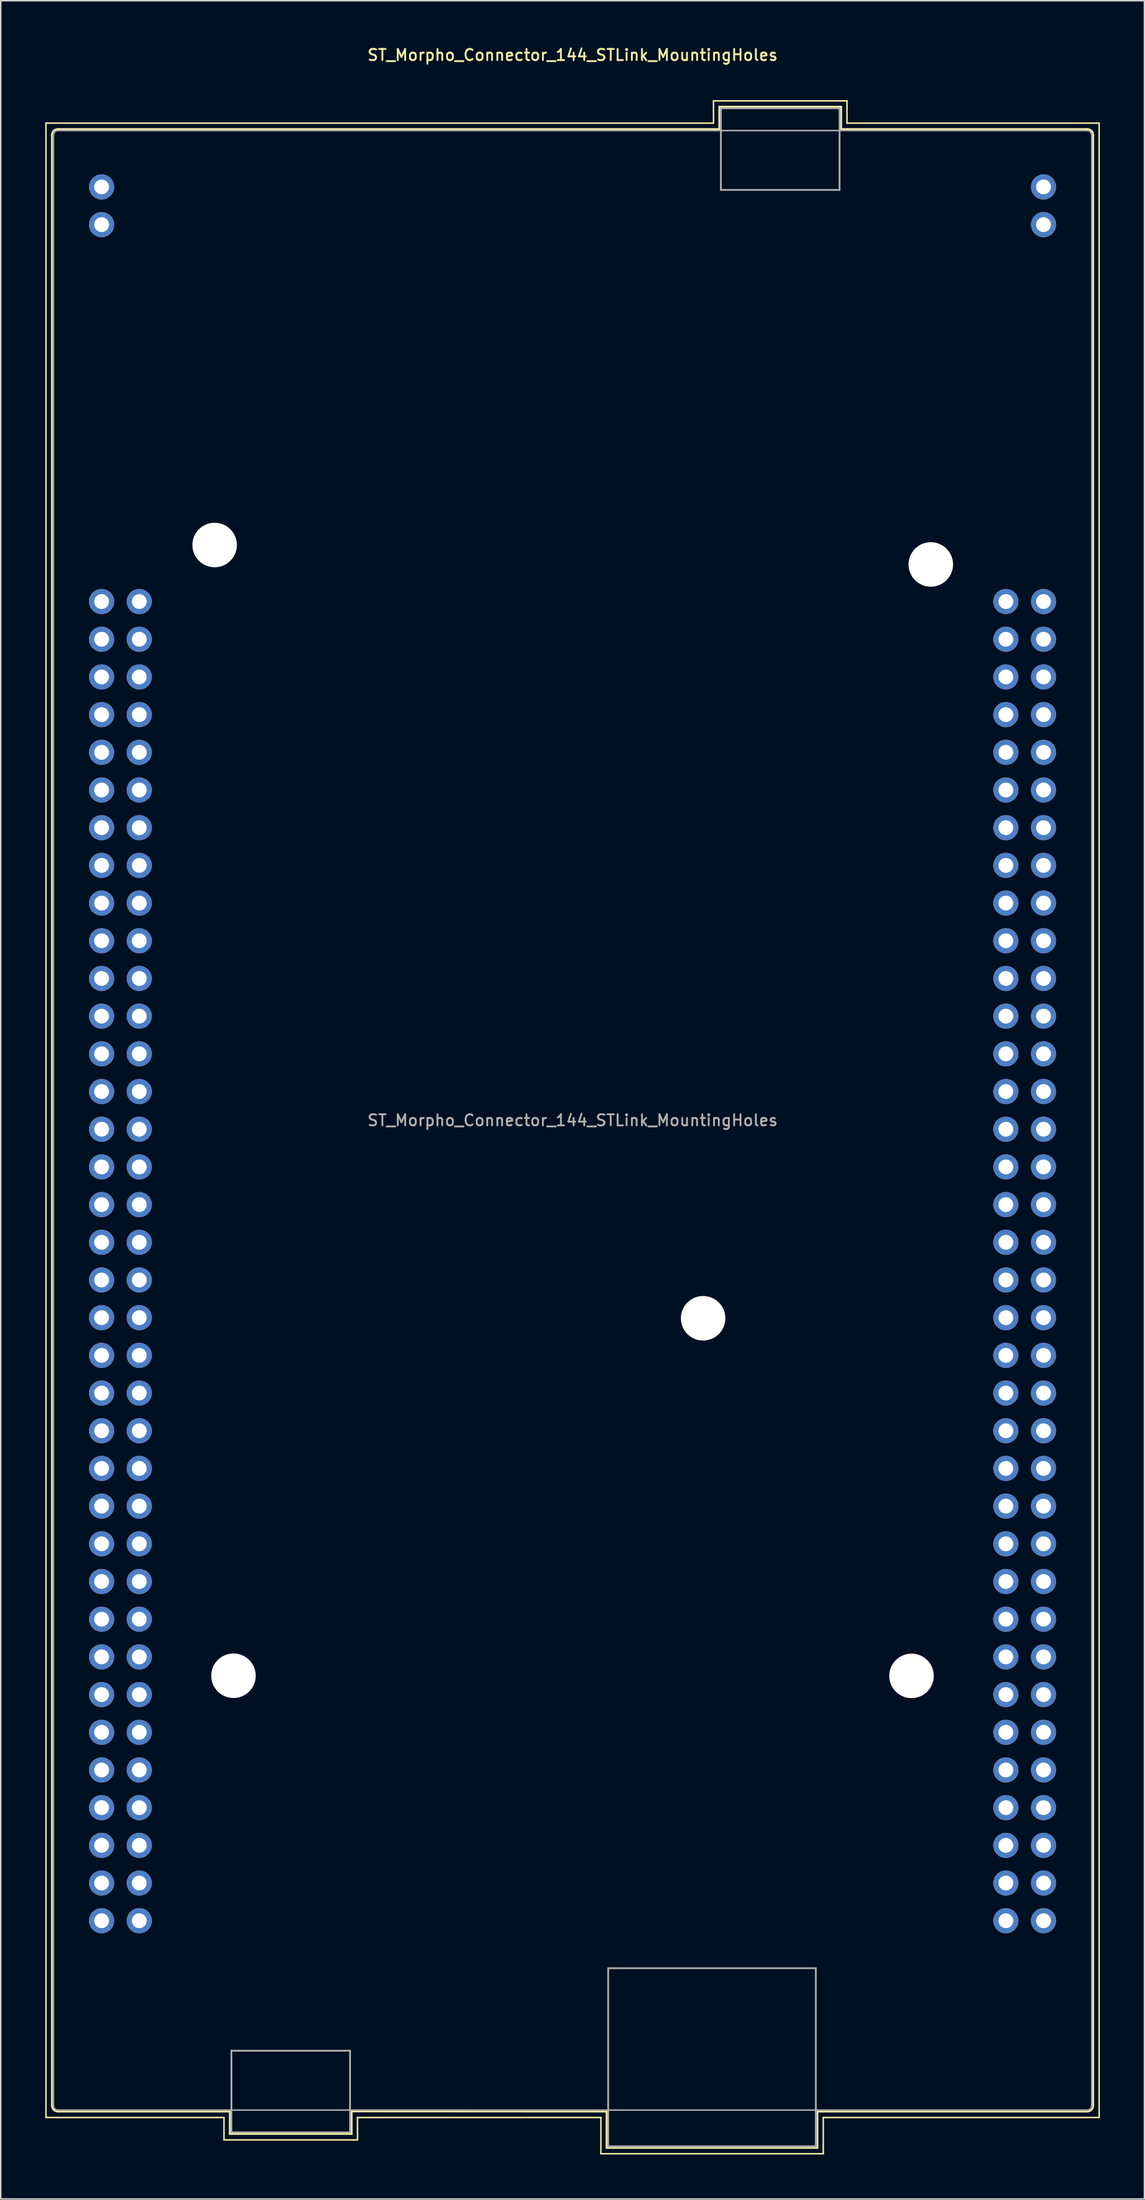
<source format=kicad_pcb>
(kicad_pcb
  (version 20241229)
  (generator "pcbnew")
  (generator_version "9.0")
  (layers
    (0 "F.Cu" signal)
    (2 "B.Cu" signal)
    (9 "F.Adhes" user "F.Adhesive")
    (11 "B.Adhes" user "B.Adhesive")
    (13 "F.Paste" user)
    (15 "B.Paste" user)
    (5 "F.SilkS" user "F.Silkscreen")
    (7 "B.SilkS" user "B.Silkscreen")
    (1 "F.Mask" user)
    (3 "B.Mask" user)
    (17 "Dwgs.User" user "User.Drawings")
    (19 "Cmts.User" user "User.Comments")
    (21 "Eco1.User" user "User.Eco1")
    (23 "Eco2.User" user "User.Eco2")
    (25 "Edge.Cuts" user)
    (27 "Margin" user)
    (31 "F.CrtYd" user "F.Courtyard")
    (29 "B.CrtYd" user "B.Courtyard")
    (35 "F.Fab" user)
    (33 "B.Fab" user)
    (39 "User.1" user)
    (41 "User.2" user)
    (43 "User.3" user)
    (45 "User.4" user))
  (footprint "ST_Morpho_Connector_144_STLink_MountingHoles"
    (layer "F.Cu")
    (at 3.8 37.488)
    (property "Reference" "ST_Morpho_Connector_144_STLink_MountingHoles" (at 31.75 -36.83 0) (layer "F.SilkS") (effects (font (size 0.75 0.75) (thickness 0.125))))
    (attr through_hole)
    (fp_line (start -3.75 -32.24) (end -3.75 102.16) (stroke (width 0.1) (type solid)) (layer "F.SilkS"))
    (fp_line (start -3.75 102.16) (end 8.25 102.16) (stroke (width 0.1) (type solid)) (layer "F.SilkS"))
    (fp_line (start -3.35 -31.44) (end -3.35 101.36) (stroke (width 0.12) (type solid)) (layer "F.SilkS"))
    (fp_line (start 8.25 102.16) (end 8.25 103.67) (stroke (width 0.1) (type solid)) (layer "F.SilkS"))
    (fp_line (start 8.25 103.67) (end 17.25 103.67) (stroke (width 0.1) (type solid)) (layer "F.SilkS"))
    (fp_line (start 8.64 101.76) (end -2.95 101.76) (stroke (width 0.12) (type solid)) (layer "F.SilkS"))
    (fp_line (start 8.64 101.76) (end 8.64 103.27) (stroke (width 0.12) (type solid)) (layer "F.SilkS"))
    (fp_line (start 8.64 103.27) (end 16.86 103.27) (stroke (width 0.12) (type solid)) (layer "F.SilkS"))
    (fp_line (start 16.86 103.27) (end 16.86 101.75) (stroke (width 0.12) (type solid)) (layer "F.SilkS"))
    (fp_line (start 17.25 102.16) (end 17.25 103.67) (stroke (width 0.1) (type solid)) (layer "F.SilkS"))
    (fp_line (start 17.25 102.16) (end 33.66 102.16) (stroke (width 0.1) (type solid)) (layer "F.SilkS"))
    (fp_line (start 33.66 104.6) (end 33.66 102.16) (stroke (width 0.1) (type solid)) (layer "F.SilkS"))
    (fp_line (start 33.66 104.6) (end 48.65 104.6) (stroke (width 0.1) (type solid)) (layer "F.SilkS"))
    (fp_line (start 34.04 101.76) (end 16.86 101.75) (stroke (width 0.12) (type solid)) (layer "F.SilkS"))
    (fp_line (start 34.04 104.21) (end 34.04 101.76) (stroke (width 0.12) (type solid)) (layer "F.SilkS"))
    (fp_line (start 41.25 -33.74) (end 50.25 -33.74) (stroke (width 0.1) (type solid)) (layer "F.SilkS"))
    (fp_line (start 41.25 -32.24) (end -3.75 -32.24) (stroke (width 0.1) (type solid)) (layer "F.SilkS"))
    (fp_line (start 41.25 -32.24) (end 41.25 -33.74) (stroke (width 0.1) (type solid)) (layer "F.SilkS"))
    (fp_line (start 41.64 -33.35) (end 49.86 -33.35) (stroke (width 0.12) (type solid)) (layer "F.SilkS"))
    (fp_line (start 41.64 -31.84) (end -2.95 -31.84) (stroke (width 0.12) (type solid)) (layer "F.SilkS"))
    (fp_line (start 41.64 -31.84) (end 41.64 -33.35) (stroke (width 0.12) (type solid)) (layer "F.SilkS"))
    (fp_line (start 48.26 101.76) (end 48.26 104.21) (stroke (width 0.12) (type solid)) (layer "F.SilkS"))
    (fp_line (start 48.26 101.76) (end 66.45 101.76) (stroke (width 0.12) (type solid)) (layer "F.SilkS"))
    (fp_line (start 48.26 104.21) (end 34.04 104.21) (stroke (width 0.12) (type solid)) (layer "F.SilkS"))
    (fp_line (start 48.65 102.16) (end 48.65 104.6) (stroke (width 0.1) (type solid)) (layer "F.SilkS"))
    (fp_line (start 49.86 -33.35) (end 49.86 -31.84) (stroke (width 0.12) (type solid)) (layer "F.SilkS"))
    (fp_line (start 49.86 -31.84) (end 66.45 -31.84) (stroke (width 0.12) (type solid)) (layer "F.SilkS"))
    (fp_line (start 50.25 -32.24) (end 50.25 -33.74) (stroke (width 0.1) (type solid)) (layer "F.SilkS"))
    (fp_line (start 50.25 -32.24) (end 67.25 -32.24) (stroke (width 0.1) (type solid)) (layer "F.SilkS"))
    (fp_line (start 66.85 101.36) (end 66.85 -31.44) (stroke (width 0.12) (type solid)) (layer "F.SilkS"))
    (fp_line (start 67.25 102.16) (end 48.65 102.16) (stroke (width 0.1) (type solid)) (layer "F.SilkS"))
    (fp_line (start 67.25 102.16) (end 67.25 -32.24) (stroke (width 0.1) (type solid)) (layer "F.SilkS"))
    (fp_arc (start -3.35 -31.44) (mid -3.232843 -31.722843) (end -2.95 -31.84) (stroke (width 0.12) (type solid)) (layer "F.SilkS"))
    (fp_arc (start -2.95 101.76) (mid -3.232843 101.642843) (end -3.35 101.36) (stroke (width 0.12) (type solid)) (layer "F.SilkS"))
    (fp_arc (start 66.45 -31.84) (mid 66.732843 -31.722843) (end 66.85 -31.44) (stroke (width 0.12) (type solid)) (layer "F.SilkS"))
    (fp_arc (start 66.85 101.36) (mid 66.732843 101.642843) (end 66.45 101.76) (stroke (width 0.12) (type solid)) (layer "F.SilkS"))
    (fp_line (start -3.25 101.36) (end -3.25 -31.44) (stroke (width 0.1) (type solid)) (layer "F.Fab"))
    (fp_line (start 8.75 97.66) (end 16.75 97.66) (stroke (width 0.12) (type solid)) (layer "F.Fab"))
    (fp_line (start 8.75 103.16) (end 8.75 97.65) (stroke (width 0.12) (type solid)) (layer "F.Fab"))
    (fp_line (start 8.75 103.16) (end 16.75 103.16) (stroke (width 0.12) (type solid)) (layer "F.Fab"))
    (fp_line (start 16.75 97.66) (end 16.75 103.16) (stroke (width 0.12) (type solid)) (layer "F.Fab"))
    (fp_line (start 34.15 92.1) (end 48.15 92.1) (stroke (width 0.12) (type solid)) (layer "F.Fab"))
    (fp_line (start 34.15 104.1) (end 34.15 92.1) (stroke (width 0.12) (type solid)) (layer "F.Fab"))
    (fp_line (start 34.15 104.1) (end 48.15 104.1) (stroke (width 0.12) (type solid)) (layer "F.Fab"))
    (fp_line (start 41.75 -33.24) (end 49.75 -33.24) (stroke (width 0.12) (type solid)) (layer "F.Fab"))
    (fp_line (start 41.75 -27.74) (end 41.75 -33.24) (stroke (width 0.12) (type solid)) (layer "F.Fab"))
    (fp_line (start 41.75 -27.74) (end 49.75 -27.74) (stroke (width 0.12) (type solid)) (layer "F.Fab"))
    (fp_line (start 48.15 104.1) (end 48.15 92.1) (stroke (width 0.12) (type solid)) (layer "F.Fab"))
    (fp_line (start 49.75 -33.24) (end 49.75 -27.74) (stroke (width 0.12) (type solid)) (layer "F.Fab"))
    (fp_line (start 66.45 -31.74) (end -2.95 -31.74) (stroke (width 0.1) (type solid)) (layer "F.Fab"))
    (fp_line (start 66.45 101.66) (end -2.95 101.66) (stroke (width 0.1) (type solid)) (layer "F.Fab"))
    (fp_line (start 66.75 101.36) (end 66.75 -31.44) (stroke (width 0.1) (type solid)) (layer "F.Fab"))
    (fp_arc (start -3.25 -31.44) (mid -3.162132 -31.652132) (end -2.95 -31.74) (stroke (width 0.1) (type solid)) (layer "F.Fab"))
    (fp_arc (start -2.95 101.66) (mid -3.162132 101.572132) (end -3.25 101.36) (stroke (width 0.1) (type solid)) (layer "F.Fab"))
    (fp_arc (start 66.45 -31.74) (mid 66.662132 -31.652132) (end 66.75 -31.44) (stroke (width 0.1) (type solid)) (layer "F.Fab"))
    (fp_arc (start 66.75 101.36) (mid 66.662132 101.572132) (end 66.45 101.66) (stroke (width 0.1) (type solid)) (layer "F.Fab"))
    (fp_text user "${REFERENCE}" (at 31.75 34.96 0) (layer "F.Fab") (effects (font (size 0.75 0.75) (thickness 0.125))))
    (pad "" np_thru_hole circle (at 7.62 -3.81) (size 3 3) (drill 3) (layers "*.Cu" "*.Mask"))
    (pad "" np_thru_hole circle (at 8.89 72.39) (size 3 3) (drill 3) (layers "*.Cu" "*.Mask"))
    (pad "" np_thru_hole circle (at 40.55 48.3) (size 3 3) (drill 3) (layers "*.Cu" "*.Mask"))
    (pad "" np_thru_hole circle (at 54.6 72.4) (size 3 3) (drill 3) (layers "*.Cu" "*.Mask"))
    (pad "" np_thru_hole circle (at 55.9 -2.5) (size 3 3) (drill 3) (layers "*.Cu" "*.Mask"))
    (pad "1" thru_hole circle (at 0 0) (size 1.7 1.7) (drill 1) (layers "*.Cu" "*.Mask"))
    (pad "2" thru_hole circle (at 2.54 0) (size 1.7 1.7) (drill 1) (layers "*.Cu" "*.Mask"))
    (pad "3" thru_hole circle (at 0 2.54) (size 1.7 1.7) (drill 1) (layers "*.Cu" "*.Mask"))
    (pad "4" thru_hole circle (at 2.54 2.54) (size 1.7 1.7) (drill 1) (layers "*.Cu" "*.Mask"))
    (pad "5" thru_hole circle (at 0 5.08) (size 1.7 1.7) (drill 1) (layers "*.Cu" "*.Mask"))
    (pad "6" thru_hole circle (at 2.54 5.08) (size 1.7 1.7) (drill 1) (layers "*.Cu" "*.Mask"))
    (pad "7" thru_hole circle (at 0 7.62) (size 1.7 1.7) (drill 1) (layers "*.Cu" "*.Mask"))
    (pad "8" thru_hole circle (at 2.54 7.62) (size 1.7 1.7) (drill 1) (layers "*.Cu" "*.Mask"))
    (pad "9" thru_hole circle (at 0 10.16) (size 1.7 1.7) (drill 1) (layers "*.Cu" "*.Mask"))
    (pad "10" thru_hole circle (at 2.54 10.16) (size 1.7 1.7) (drill 1) (layers "*.Cu" "*.Mask"))
    (pad "11" thru_hole circle (at 0 12.7) (size 1.7 1.7) (drill 1) (layers "*.Cu" "*.Mask"))
    (pad "12" thru_hole circle (at 2.54 12.7) (size 1.7 1.7) (drill 1) (layers "*.Cu" "*.Mask"))
    (pad "13" thru_hole circle (at 0 15.24) (size 1.7 1.7) (drill 1) (layers "*.Cu" "*.Mask"))
    (pad "14" thru_hole circle (at 2.54 15.24) (size 1.7 1.7) (drill 1) (layers "*.Cu" "*.Mask"))
    (pad "15" thru_hole circle (at 0 17.78) (size 1.7 1.7) (drill 1) (layers "*.Cu" "*.Mask"))
    (pad "16" thru_hole circle (at 2.54 17.78) (size 1.7 1.7) (drill 1) (layers "*.Cu" "*.Mask"))
    (pad "17" thru_hole circle (at 0 20.32) (size 1.7 1.7) (drill 1) (layers "*.Cu" "*.Mask"))
    (pad "18" thru_hole circle (at 2.54 20.32) (size 1.7 1.7) (drill 1) (layers "*.Cu" "*.Mask"))
    (pad "19" thru_hole circle (at 0 22.86) (size 1.7 1.7) (drill 1) (layers "*.Cu" "*.Mask"))
    (pad "20" thru_hole circle (at 2.54 22.86) (size 1.7 1.7) (drill 1) (layers "*.Cu" "*.Mask"))
    (pad "21" thru_hole circle (at 0 25.4) (size 1.7 1.7) (drill 1) (layers "*.Cu" "*.Mask"))
    (pad "22" thru_hole circle (at 2.54 25.4) (size 1.7 1.7) (drill 1) (layers "*.Cu" "*.Mask"))
    (pad "23" thru_hole circle (at 0 27.94) (size 1.7 1.7) (drill 1) (layers "*.Cu" "*.Mask"))
    (pad "24" thru_hole circle (at 2.54 27.94) (size 1.7 1.7) (drill 1) (layers "*.Cu" "*.Mask"))
    (pad "25" thru_hole circle (at 0 30.48) (size 1.7 1.7) (drill 1) (layers "*.Cu" "*.Mask"))
    (pad "26" thru_hole circle (at 2.54 30.48) (size 1.7 1.7) (drill 1) (layers "*.Cu" "*.Mask"))
    (pad "27" thru_hole circle (at 0 33.02) (size 1.7 1.7) (drill 1) (layers "*.Cu" "*.Mask"))
    (pad "28" thru_hole circle (at 2.54 33.02) (size 1.7 1.7) (drill 1) (layers "*.Cu" "*.Mask"))
    (pad "29" thru_hole circle (at 0 35.56) (size 1.7 1.7) (drill 1) (layers "*.Cu" "*.Mask"))
    (pad "30" thru_hole circle (at 2.54 35.56) (size 1.7 1.7) (drill 1) (layers "*.Cu" "*.Mask"))
    (pad "31" thru_hole circle (at 0 38.1) (size 1.7 1.7) (drill 1) (layers "*.Cu" "*.Mask"))
    (pad "32" thru_hole circle (at 2.54 38.1) (size 1.7 1.7) (drill 1) (layers "*.Cu" "*.Mask"))
    (pad "33" thru_hole circle (at 0 40.64) (size 1.7 1.7) (drill 1) (layers "*.Cu" "*.Mask"))
    (pad "34" thru_hole circle (at 2.54 40.64) (size 1.7 1.7) (drill 1) (layers "*.Cu" "*.Mask"))
    (pad "35" thru_hole circle (at 0 43.18) (size 1.7 1.7) (drill 1) (layers "*.Cu" "*.Mask"))
    (pad "36" thru_hole circle (at 2.54 43.18) (size 1.7 1.7) (drill 1) (layers "*.Cu" "*.Mask"))
    (pad "37" thru_hole circle (at 0 45.72) (size 1.7 1.7) (drill 1) (layers "*.Cu" "*.Mask"))
    (pad "38" thru_hole circle (at 2.54 45.72) (size 1.7 1.7) (drill 1) (layers "*.Cu" "*.Mask"))
    (pad "39" thru_hole circle (at 0 48.26) (size 1.7 1.7) (drill 1) (layers "*.Cu" "*.Mask"))
    (pad "40" thru_hole circle (at 2.54 48.26) (size 1.7 1.7) (drill 1) (layers "*.Cu" "*.Mask"))
    (pad "41" thru_hole circle (at 0 50.8) (size 1.7 1.7) (drill 1) (layers "*.Cu" "*.Mask"))
    (pad "42" thru_hole circle (at 2.54 50.8) (size 1.7 1.7) (drill 1) (layers "*.Cu" "*.Mask"))
    (pad "43" thru_hole circle (at 0 53.34) (size 1.7 1.7) (drill 1) (layers "*.Cu" "*.Mask"))
    (pad "44" thru_hole circle (at 2.54 53.34) (size 1.7 1.7) (drill 1) (layers "*.Cu" "*.Mask"))
    (pad "45" thru_hole circle (at 0 55.88) (size 1.7 1.7) (drill 1) (layers "*.Cu" "*.Mask"))
    (pad "46" thru_hole circle (at 2.54 55.88) (size 1.7 1.7) (drill 1) (layers "*.Cu" "*.Mask"))
    (pad "47" thru_hole circle (at 0 58.42) (size 1.7 1.7) (drill 1) (layers "*.Cu" "*.Mask"))
    (pad "48" thru_hole circle (at 2.54 58.42) (size 1.7 1.7) (drill 1) (layers "*.Cu" "*.Mask"))
    (pad "49" thru_hole circle (at 0 60.96) (size 1.7 1.7) (drill 1) (layers "*.Cu" "*.Mask"))
    (pad "50" thru_hole circle (at 2.54 60.96) (size 1.7 1.7) (drill 1) (layers "*.Cu" "*.Mask"))
    (pad "51" thru_hole circle (at 0 63.5) (size 1.7 1.7) (drill 1) (layers "*.Cu" "*.Mask"))
    (pad "52" thru_hole circle (at 2.54 63.5) (size 1.7 1.7) (drill 1) (layers "*.Cu" "*.Mask"))
    (pad "53" thru_hole circle (at 0 66.04) (size 1.7 1.7) (drill 1) (layers "*.Cu" "*.Mask"))
    (pad "54" thru_hole circle (at 2.54 66.04) (size 1.7 1.7) (drill 1) (layers "*.Cu" "*.Mask"))
    (pad "55" thru_hole circle (at 0 68.58) (size 1.7 1.7) (drill 1) (layers "*.Cu" "*.Mask"))
    (pad "56" thru_hole circle (at 2.54 68.58) (size 1.7 1.7) (drill 1) (layers "*.Cu" "*.Mask"))
    (pad "57" thru_hole circle (at 0 71.12) (size 1.7 1.7) (drill 1) (layers "*.Cu" "*.Mask"))
    (pad "58" thru_hole circle (at 2.54 71.12) (size 1.7 1.7) (drill 1) (layers "*.Cu" "*.Mask"))
    (pad "59" thru_hole circle (at 0 73.66) (size 1.7 1.7) (drill 1) (layers "*.Cu" "*.Mask"))
    (pad "60" thru_hole circle (at 2.54 73.66) (size 1.7 1.7) (drill 1) (layers "*.Cu" "*.Mask"))
    (pad "61" thru_hole circle (at 0 76.2) (size 1.7 1.7) (drill 1) (layers "*.Cu" "*.Mask"))
    (pad "62" thru_hole circle (at 2.54 76.2) (size 1.7 1.7) (drill 1) (layers "*.Cu" "*.Mask"))
    (pad "63" thru_hole circle (at 0 78.74) (size 1.7 1.7) (drill 1) (layers "*.Cu" "*.Mask"))
    (pad "64" thru_hole circle (at 2.54 78.74) (size 1.7 1.7) (drill 1) (layers "*.Cu" "*.Mask"))
    (pad "65" thru_hole circle (at 0 81.28) (size 1.7 1.7) (drill 1) (layers "*.Cu" "*.Mask"))
    (pad "66" thru_hole circle (at 2.54 81.28) (size 1.7 1.7) (drill 1) (layers "*.Cu" "*.Mask"))
    (pad "67" thru_hole circle (at 0 83.82) (size 1.7 1.7) (drill 1) (layers "*.Cu" "*.Mask"))
    (pad "68" thru_hole circle (at 2.54 83.82) (size 1.7 1.7) (drill 1) (layers "*.Cu" "*.Mask"))
    (pad "69" thru_hole circle (at 0 86.36) (size 1.7 1.7) (drill 1) (layers "*.Cu" "*.Mask"))
    (pad "70" thru_hole circle (at 2.54 86.36) (size 1.7 1.7) (drill 1) (layers "*.Cu" "*.Mask"))
    (pad "71" thru_hole circle (at 0 88.9) (size 1.7 1.7) (drill 1) (layers "*.Cu" "*.Mask"))
    (pad "72" thru_hole circle (at 2.54 88.9) (size 1.7 1.7) (drill 1) (layers "*.Cu" "*.Mask"))
    (pad "73" thru_hole circle (at 60.96 0) (size 1.7 1.7) (drill 1) (layers "*.Cu" "*.Mask"))
    (pad "74" thru_hole circle (at 63.5 0) (size 1.7 1.7) (drill 1) (layers "*.Cu" "*.Mask"))
    (pad "75" thru_hole circle (at 60.96 2.54) (size 1.7 1.7) (drill 1) (layers "*.Cu" "*.Mask"))
    (pad "76" thru_hole circle (at 63.5 2.54) (size 1.7 1.7) (drill 1) (layers "*.Cu" "*.Mask"))
    (pad "77" thru_hole circle (at 60.96 5.08) (size 1.7 1.7) (drill 1) (layers "*.Cu" "*.Mask"))
    (pad "78" thru_hole circle (at 63.5 5.08) (size 1.7 1.7) (drill 1) (layers "*.Cu" "*.Mask"))
    (pad "79" thru_hole circle (at 60.96 7.62) (size 1.7 1.7) (drill 1) (layers "*.Cu" "*.Mask"))
    (pad "80" thru_hole circle (at 63.5 7.62) (size 1.7 1.7) (drill 1) (layers "*.Cu" "*.Mask"))
    (pad "81" thru_hole circle (at 60.96 10.16) (size 1.7 1.7) (drill 1) (layers "*.Cu" "*.Mask"))
    (pad "82" thru_hole circle (at 63.5 10.16) (size 1.7 1.7) (drill 1) (layers "*.Cu" "*.Mask"))
    (pad "83" thru_hole circle (at 60.96 12.7) (size 1.7 1.7) (drill 1) (layers "*.Cu" "*.Mask"))
    (pad "84" thru_hole circle (at 63.5 12.7) (size 1.7 1.7) (drill 1) (layers "*.Cu" "*.Mask"))
    (pad "85" thru_hole circle (at 60.96 15.24) (size 1.7 1.7) (drill 1) (layers "*.Cu" "*.Mask"))
    (pad "86" thru_hole circle (at 63.5 15.24) (size 1.7 1.7) (drill 1) (layers "*.Cu" "*.Mask"))
    (pad "87" thru_hole circle (at 60.96 17.78) (size 1.7 1.7) (drill 1) (layers "*.Cu" "*.Mask"))
    (pad "88" thru_hole circle (at 63.5 17.78) (size 1.7 1.7) (drill 1) (layers "*.Cu" "*.Mask"))
    (pad "89" thru_hole circle (at 60.96 20.32) (size 1.7 1.7) (drill 1) (layers "*.Cu" "*.Mask"))
    (pad "90" thru_hole circle (at 63.5 20.32) (size 1.7 1.7) (drill 1) (layers "*.Cu" "*.Mask"))
    (pad "91" thru_hole circle (at 60.96 22.86) (size 1.7 1.7) (drill 1) (layers "*.Cu" "*.Mask"))
    (pad "92" thru_hole circle (at 63.5 22.86) (size 1.7 1.7) (drill 1) (layers "*.Cu" "*.Mask"))
    (pad "93" thru_hole circle (at 60.96 25.4) (size 1.7 1.7) (drill 1) (layers "*.Cu" "*.Mask"))
    (pad "94" thru_hole circle (at 63.5 25.4) (size 1.7 1.7) (drill 1) (layers "*.Cu" "*.Mask"))
    (pad "95" thru_hole circle (at 60.96 27.94) (size 1.7 1.7) (drill 1) (layers "*.Cu" "*.Mask"))
    (pad "96" thru_hole circle (at 63.5 27.94) (size 1.7 1.7) (drill 1) (layers "*.Cu" "*.Mask"))
    (pad "97" thru_hole circle (at 60.96 30.48) (size 1.7 1.7) (drill 1) (layers "*.Cu" "*.Mask"))
    (pad "98" thru_hole circle (at 63.5 30.48) (size 1.7 1.7) (drill 1) (layers "*.Cu" "*.Mask"))
    (pad "99" thru_hole circle (at 60.96 33.02) (size 1.7 1.7) (drill 1) (layers "*.Cu" "*.Mask"))
    (pad "100" thru_hole circle (at 63.5 33.02) (size 1.7 1.7) (drill 1) (layers "*.Cu" "*.Mask"))
    (pad "101" thru_hole circle (at 60.96 35.56) (size 1.7 1.7) (drill 1) (layers "*.Cu" "*.Mask"))
    (pad "102" thru_hole circle (at 63.5 35.56) (size 1.7 1.7) (drill 1) (layers "*.Cu" "*.Mask"))
    (pad "103" thru_hole circle (at 60.96 38.1) (size 1.7 1.7) (drill 1) (layers "*.Cu" "*.Mask"))
    (pad "104" thru_hole circle (at 63.5 38.1) (size 1.7 1.7) (drill 1) (layers "*.Cu" "*.Mask"))
    (pad "105" thru_hole circle (at 60.96 40.64) (size 1.7 1.7) (drill 1) (layers "*.Cu" "*.Mask"))
    (pad "106" thru_hole circle (at 63.5 40.64) (size 1.7 1.7) (drill 1) (layers "*.Cu" "*.Mask"))
    (pad "107" thru_hole circle (at 60.96 43.18) (size 1.7 1.7) (drill 1) (layers "*.Cu" "*.Mask"))
    (pad "108" thru_hole circle (at 63.5 43.18) (size 1.7 1.7) (drill 1) (layers "*.Cu" "*.Mask"))
    (pad "109" thru_hole circle (at 60.96 45.72) (size 1.7 1.7) (drill 1) (layers "*.Cu" "*.Mask"))
    (pad "110" thru_hole circle (at 63.5 45.72) (size 1.7 1.7) (drill 1) (layers "*.Cu" "*.Mask"))
    (pad "111" thru_hole circle (at 60.96 48.26) (size 1.7 1.7) (drill 1) (layers "*.Cu" "*.Mask"))
    (pad "112" thru_hole circle (at 63.5 48.26) (size 1.7 1.7) (drill 1) (layers "*.Cu" "*.Mask"))
    (pad "113" thru_hole circle (at 60.96 50.8) (size 1.7 1.7) (drill 1) (layers "*.Cu" "*.Mask"))
    (pad "114" thru_hole circle (at 63.5 50.8) (size 1.7 1.7) (drill 1) (layers "*.Cu" "*.Mask"))
    (pad "115" thru_hole circle (at 60.96 53.34) (size 1.7 1.7) (drill 1) (layers "*.Cu" "*.Mask"))
    (pad "116" thru_hole circle (at 63.5 53.34) (size 1.7 1.7) (drill 1) (layers "*.Cu" "*.Mask"))
    (pad "117" thru_hole circle (at 60.96 55.88) (size 1.7 1.7) (drill 1) (layers "*.Cu" "*.Mask"))
    (pad "118" thru_hole circle (at 63.5 55.88) (size 1.7 1.7) (drill 1) (layers "*.Cu" "*.Mask"))
    (pad "119" thru_hole circle (at 60.96 58.42) (size 1.7 1.7) (drill 1) (layers "*.Cu" "*.Mask"))
    (pad "120" thru_hole circle (at 63.5 58.42) (size 1.7 1.7) (drill 1) (layers "*.Cu" "*.Mask"))
    (pad "121" thru_hole circle (at 60.96 60.96) (size 1.7 1.7) (drill 1) (layers "*.Cu" "*.Mask"))
    (pad "122" thru_hole circle (at 63.5 60.96) (size 1.7 1.7) (drill 1) (layers "*.Cu" "*.Mask"))
    (pad "123" thru_hole circle (at 60.96 63.5) (size 1.7 1.7) (drill 1) (layers "*.Cu" "*.Mask"))
    (pad "124" thru_hole circle (at 63.5 63.5) (size 1.7 1.7) (drill 1) (layers "*.Cu" "*.Mask"))
    (pad "125" thru_hole circle (at 60.96 66.04) (size 1.7 1.7) (drill 1) (layers "*.Cu" "*.Mask"))
    (pad "126" thru_hole circle (at 63.5 66.04) (size 1.7 1.7) (drill 1) (layers "*.Cu" "*.Mask"))
    (pad "127" thru_hole circle (at 60.96 68.58) (size 1.7 1.7) (drill 1) (layers "*.Cu" "*.Mask"))
    (pad "128" thru_hole circle (at 63.5 68.58) (size 1.7 1.7) (drill 1) (layers "*.Cu" "*.Mask"))
    (pad "129" thru_hole circle (at 60.96 71.12) (size 1.7 1.7) (drill 1) (layers "*.Cu" "*.Mask"))
    (pad "130" thru_hole circle (at 63.5 71.12) (size 1.7 1.7) (drill 1) (layers "*.Cu" "*.Mask"))
    (pad "131" thru_hole circle (at 60.96 73.66) (size 1.7 1.7) (drill 1) (layers "*.Cu" "*.Mask"))
    (pad "132" thru_hole circle (at 63.5 73.66) (size 1.7 1.7) (drill 1) (layers "*.Cu" "*.Mask"))
    (pad "133" thru_hole circle (at 60.96 76.2) (size 1.7 1.7) (drill 1) (layers "*.Cu" "*.Mask"))
    (pad "134" thru_hole circle (at 63.5 76.2) (size 1.7 1.7) (drill 1) (layers "*.Cu" "*.Mask"))
    (pad "135" thru_hole circle (at 60.96 78.74) (size 1.7 1.7) (drill 1) (layers "*.Cu" "*.Mask"))
    (pad "136" thru_hole circle (at 63.5 78.74) (size 1.7 1.7) (drill 1) (layers "*.Cu" "*.Mask"))
    (pad "137" thru_hole circle (at 60.96 81.28) (size 1.7 1.7) (drill 1) (layers "*.Cu" "*.Mask"))
    (pad "138" thru_hole circle (at 63.5 81.28) (size 1.7 1.7) (drill 1) (layers "*.Cu" "*.Mask"))
    (pad "139" thru_hole circle (at 60.96 83.82) (size 1.7 1.7) (drill 1) (layers "*.Cu" "*.Mask"))
    (pad "140" thru_hole circle (at 63.5 83.82) (size 1.7 1.7) (drill 1) (layers "*.Cu" "*.Mask"))
    (pad "141" thru_hole circle (at 60.96 86.36) (size 1.7 1.7) (drill 1) (layers "*.Cu" "*.Mask"))
    (pad "142" thru_hole circle (at 63.5 86.36) (size 1.7 1.7) (drill 1) (layers "*.Cu" "*.Mask"))
    (pad "143" thru_hole circle (at 60.96 88.9) (size 1.7 1.7) (drill 1) (layers "*.Cu" "*.Mask"))
    (pad "144" thru_hole circle (at 63.5 88.9) (size 1.7 1.7) (drill 1) (layers "*.Cu" "*.Mask"))
    (pad "145" thru_hole circle (at 0 -27.94) (size 1.7 1.7) (drill 1) (layers "*.Cu" "*.Mask"))
    (pad "146" thru_hole circle (at 0 -25.4) (size 1.7 1.7) (drill 1) (layers "*.Cu" "*.Mask"))
    (pad "147" thru_hole circle (at 63.5 -27.94) (size 1.7 1.7) (drill 1) (layers "*.Cu" "*.Mask"))
    (pad "148" thru_hole circle (at 63.5 -25.4) (size 1.7 1.7) (drill 1) (layers "*.Cu" "*.Mask")))
  (gr_rect
    (start -3 -3)
    (end 74.1 145.138)
    (stroke (width 0.1) (type default))
    (fill no)
    (layer "Edge.Cuts")))
</source>
